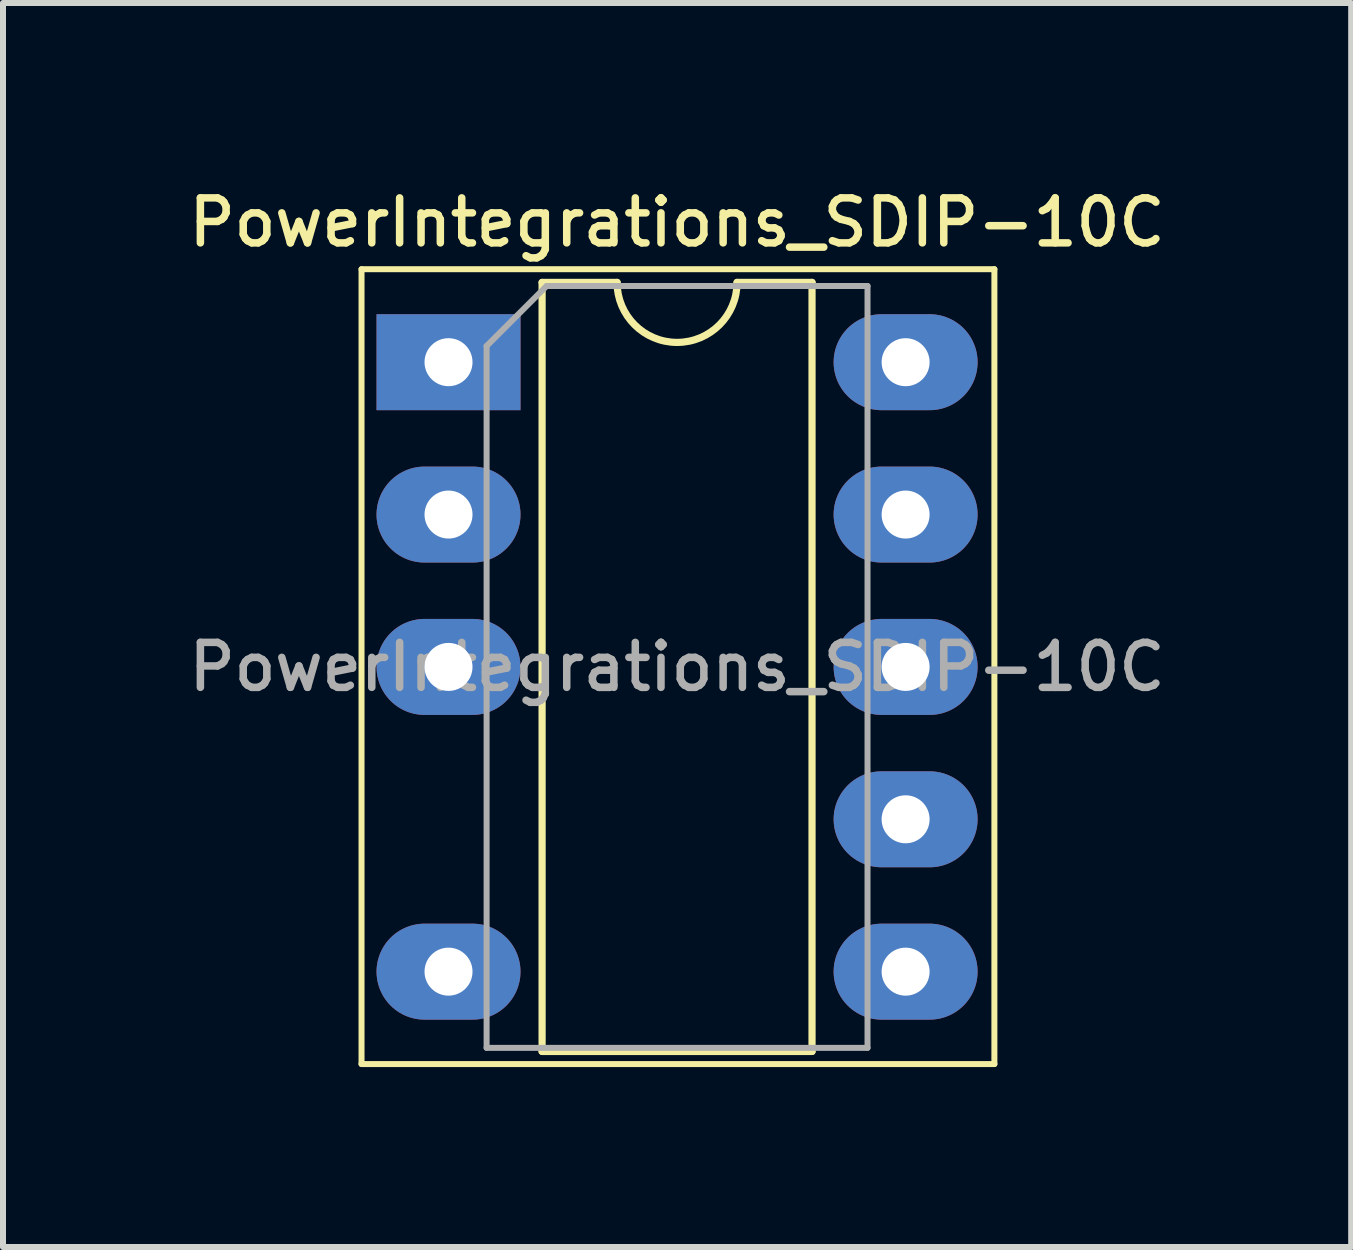
<source format=kicad_pcb>
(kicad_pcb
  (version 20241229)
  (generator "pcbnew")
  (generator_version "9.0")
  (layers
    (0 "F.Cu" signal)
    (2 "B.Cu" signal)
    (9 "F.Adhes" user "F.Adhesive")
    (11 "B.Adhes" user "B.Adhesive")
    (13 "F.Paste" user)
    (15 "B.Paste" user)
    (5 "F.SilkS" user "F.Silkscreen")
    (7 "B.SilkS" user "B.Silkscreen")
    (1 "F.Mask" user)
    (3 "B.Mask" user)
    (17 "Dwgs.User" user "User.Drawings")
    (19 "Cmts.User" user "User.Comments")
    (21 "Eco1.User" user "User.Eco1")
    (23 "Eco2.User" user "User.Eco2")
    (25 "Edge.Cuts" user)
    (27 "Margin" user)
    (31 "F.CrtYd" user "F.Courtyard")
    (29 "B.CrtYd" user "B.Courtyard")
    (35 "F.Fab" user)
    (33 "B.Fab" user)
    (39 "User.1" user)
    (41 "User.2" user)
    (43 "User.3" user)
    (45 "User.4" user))
  (footprint "PowerIntegrations_SDIP-10C"
    (layer "F.Cu")
    (at 4.427 2.988)
    (property "Reference" "PowerIntegrations_SDIP-10C" (at 3.81 -2.33 0) (layer "F.SilkS") (effects (font (size 0.75 0.75) (thickness 0.125))))
    (attr through_hole)
    (fp_line (start -1.45 -1.55) (end -1.45 11.7) (stroke (width 0.1) (type solid)) (layer "F.SilkS"))
    (fp_line (start -1.45 11.7) (end 9.1 11.7) (stroke (width 0.1) (type solid)) (layer "F.SilkS"))
    (fp_line (start 1.56 -1.33) (end 1.56 11.49) (stroke (width 0.12) (type solid)) (layer "F.SilkS"))
    (fp_line (start 1.56 11.49) (end 6.06 11.49) (stroke (width 0.12) (type solid)) (layer "F.SilkS"))
    (fp_line (start 2.81 -1.33) (end 1.56 -1.33) (stroke (width 0.12) (type solid)) (layer "F.SilkS"))
    (fp_line (start 6.06 -1.33) (end 4.81 -1.33) (stroke (width 0.12) (type solid)) (layer "F.SilkS"))
    (fp_line (start 6.06 11.49) (end 6.06 -1.33) (stroke (width 0.12) (type solid)) (layer "F.SilkS"))
    (fp_line (start 9.1 -1.55) (end -1.45 -1.55) (stroke (width 0.1) (type solid)) (layer "F.SilkS"))
    (fp_line (start 9.1 11.7) (end 9.1 -1.55) (stroke (width 0.1) (type solid)) (layer "F.SilkS"))
    (fp_arc (start 4.81 -1.33) (mid 3.81 -0.33) (end 2.81 -1.33) (stroke (width 0.12) (type solid)) (layer "F.SilkS"))
    (fp_line (start 0.635 -0.27) (end 1.635 -1.27) (stroke (width 0.1) (type solid)) (layer "F.Fab"))
    (fp_line (start 0.635 11.43) (end 0.635 -0.27) (stroke (width 0.1) (type solid)) (layer "F.Fab"))
    (fp_line (start 1.635 -1.27) (end 6.985 -1.27) (stroke (width 0.1) (type solid)) (layer "F.Fab"))
    (fp_line (start 6.985 -1.27) (end 6.985 11.43) (stroke (width 0.1) (type solid)) (layer "F.Fab"))
    (fp_line (start 6.985 11.43) (end 0.635 11.43) (stroke (width 0.1) (type solid)) (layer "F.Fab"))
    (fp_text user "${REFERENCE}" (at 3.81 5.08 0) (layer "F.Fab") (effects (font (size 0.75 0.75) (thickness 0.125))))
    (pad "1" thru_hole rect (at 0 0) (size 2.4 1.6) (drill 0.8) (layers "*.Cu" "*.Mask"))
    (pad "2" thru_hole oval (at 0 2.54) (size 2.4 1.6) (drill 0.8) (layers "*.Cu" "*.Mask"))
    (pad "3" thru_hole oval (at 0 5.08) (size 2.4 1.6) (drill 0.8) (layers "*.Cu" "*.Mask"))
    (pad "5" thru_hole oval (at 0 10.16) (size 2.4 1.6) (drill 0.8) (layers "*.Cu" "*.Mask"))
    (pad "6" thru_hole oval (at 7.62 10.16) (size 2.4 1.6) (drill 0.8) (layers "*.Cu" "*.Mask"))
    (pad "7" thru_hole oval (at 7.62 7.62) (size 2.4 1.6) (drill 0.8) (layers "*.Cu" "*.Mask"))
    (pad "8" thru_hole oval (at 7.62 5.08) (size 2.4 1.6) (drill 0.8) (layers "*.Cu" "*.Mask"))
    (pad "9" thru_hole oval (at 7.62 2.54) (size 2.4 1.6) (drill 0.8) (layers "*.Cu" "*.Mask"))
    (pad "10" thru_hole oval (at 7.62 0) (size 2.4 1.6) (drill 0.8) (layers "*.Cu" "*.Mask")))
  (gr_rect
    (start -3 -3)
    (end 19.475 17.738)
    (stroke (width 0.1) (type default))
    (fill no)
    (layer "Edge.Cuts")))
</source>
